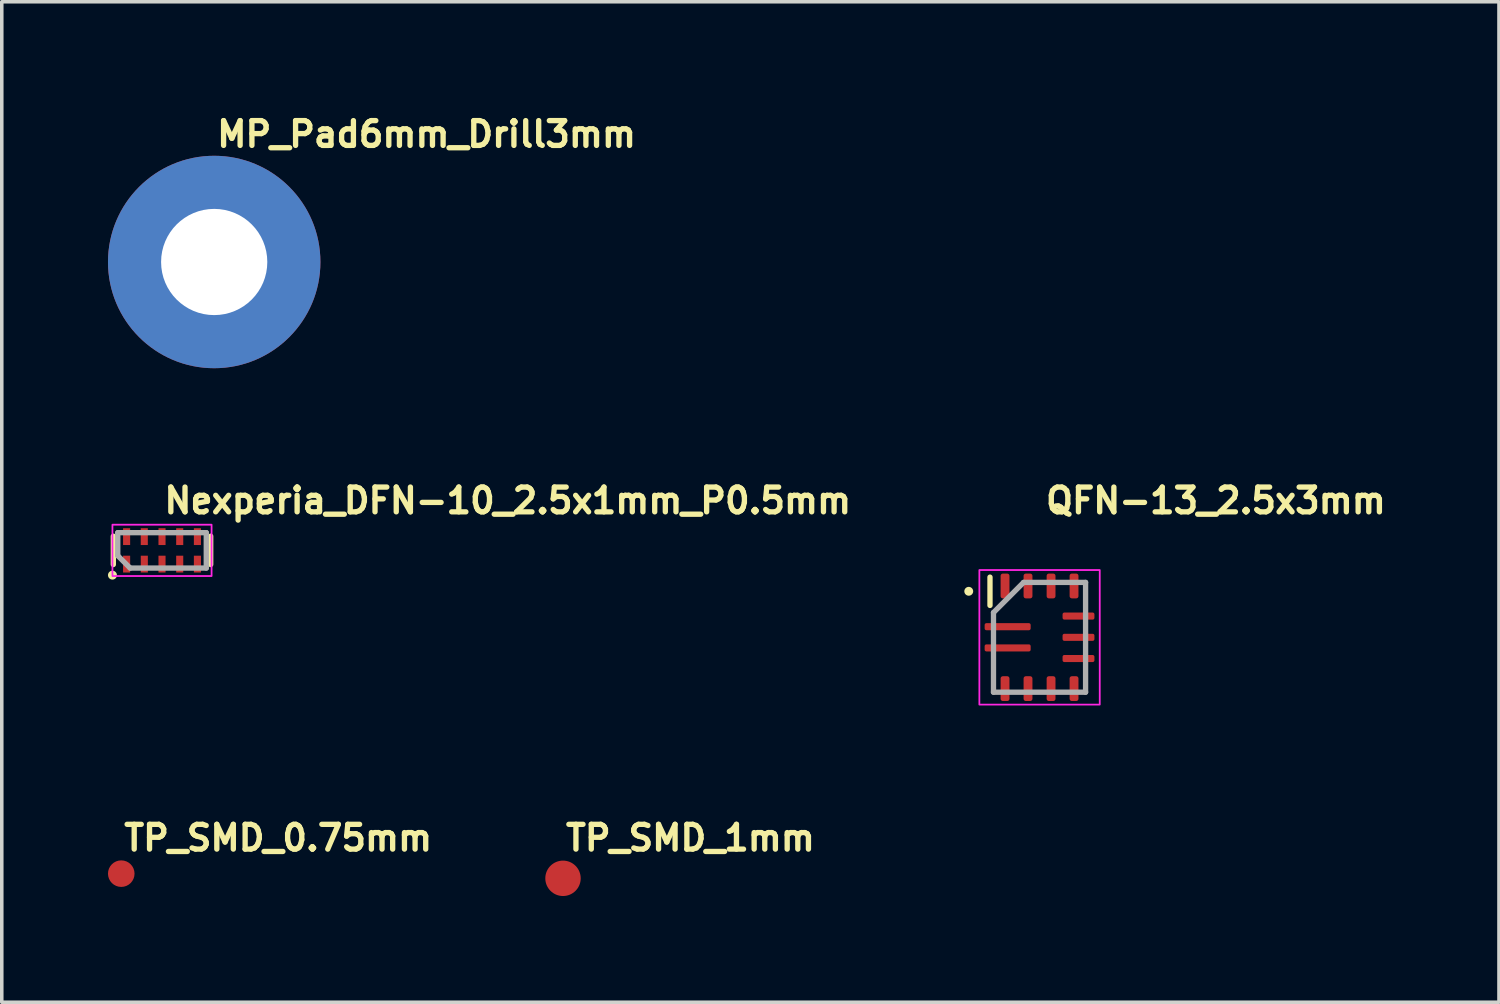
<source format=kicad_pcb>
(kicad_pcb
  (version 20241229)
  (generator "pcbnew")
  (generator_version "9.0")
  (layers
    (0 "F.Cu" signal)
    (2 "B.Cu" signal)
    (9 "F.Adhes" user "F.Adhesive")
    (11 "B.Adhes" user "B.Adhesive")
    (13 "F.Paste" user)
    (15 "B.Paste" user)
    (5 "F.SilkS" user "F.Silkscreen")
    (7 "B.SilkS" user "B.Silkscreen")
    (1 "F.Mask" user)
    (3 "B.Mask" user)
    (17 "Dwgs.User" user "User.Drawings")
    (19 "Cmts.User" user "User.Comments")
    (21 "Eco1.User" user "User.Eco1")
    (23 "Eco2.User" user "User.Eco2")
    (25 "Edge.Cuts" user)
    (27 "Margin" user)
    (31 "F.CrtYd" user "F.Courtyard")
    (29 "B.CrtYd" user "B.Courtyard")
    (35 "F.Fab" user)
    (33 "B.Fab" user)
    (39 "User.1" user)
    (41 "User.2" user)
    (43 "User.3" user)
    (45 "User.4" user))
  (footprint "MP_Pad6mm_Drill3mm"
    (layer "F.Cu")
    (at 3 4.35)
    (property "Reference" "MP_Pad6mm_Drill3mm" (at 0 -3.2 0) (layer "F.SilkS") (effects (font (size 0.7 0.7) (thickness 0.15)) (justify left bottom)))
    (attr exclude_from_pos_files exclude_from_bom)
    (pad "1" thru_hole circle (at 0 0) (size 6 6) (drill 3) (layers "*.Cu" "*.Mask")))
  (footprint "QFN-13_2.5x3mm"
    (layer "F.Cu")
    (at 26.312 14.951)
    (property "Reference" "QFN-13_2.5x3mm" (at 0.1 -3.451 0) (unlocked yes) (layer "F.SilkS") (effects (font (size 0.7 0.7) (thickness 0.15)) (justify left bottom)))
    (attr smd)
    (fp_line (start -1.4 -0.901) (end -1.4 -1.7) (stroke (width 0.15) (type solid)) (layer "F.SilkS"))
    (fp_circle (center -2 -1.3) (end -1.95 -1.3) (stroke (width 0.15) (type solid)) (fill yes) (layer "F.SilkS"))
    (fp_rect (start 1.7 1.9) (end -1.7 -1.9) (stroke (width 0.05) (type solid)) (fill no) (layer "F.CrtYd"))
    (fp_line (start -1.301 -0.7) (end -0.451 -1.551) (stroke (width 0.15) (type solid)) (layer "F.Fab"))
    (fp_line (start -1.301 1.55) (end -1.301 -0.7) (stroke (width 0.15) (type solid)) (layer "F.Fab"))
    (fp_line (start -0.451 -1.551) (end 1.3 -1.551) (stroke (width 0.15) (type solid)) (layer "F.Fab"))
    (fp_line (start 1.3 -1.551) (end 1.3 1.55) (stroke (width 0.15) (type solid)) (layer "F.Fab"))
    (fp_line (start 1.3 1.55) (end -1.301 1.55) (stroke (width 0.15) (type solid)) (layer "F.Fab"))
    (pad "1" smd roundrect (at -0.901 -0.3 180) (size 1.3 0.2) (layers "F.Cu" "F.Mask" "F.Paste") (roundrect_rratio 0.25))
    (pad "2" smd roundrect (at -0.901 0.299 180) (size 1.3 0.2) (layers "F.Cu" "F.Mask" "F.Paste") (roundrect_rratio 0.25))
    (pad "3" smd roundrect (at -0.975 1.449 90) (size 0.7 0.25) (layers "F.Cu" "F.Mask" "F.Paste") (roundrect_rratio 0.25))
    (pad "4" smd roundrect (at -0.326 1.449 90) (size 0.7 0.25) (layers "F.Cu" "F.Mask" "F.Paste") (roundrect_rratio 0.25))
    (pad "5" smd roundrect (at 0.325 1.449 90) (size 0.7 0.25) (layers "F.Cu" "F.Mask" "F.Paste") (roundrect_rratio 0.25))
    (pad "6" smd roundrect (at 0.974 1.449 90) (size 0.7 0.25) (layers "F.Cu" "F.Mask" "F.Paste") (roundrect_rratio 0.25))
    (pad "7" smd roundrect (at 1.1 0.599 180) (size 0.9 0.2) (layers "F.Cu" "F.Mask" "F.Paste") (roundrect_rratio 0.25))
    (pad "8" smd roundrect (at 1.1 0 180) (size 0.9 0.2) (layers "F.Cu" "F.Mask" "F.Paste") (roundrect_rratio 0.25))
    (pad "9" smd roundrect (at 1.1 -0.6 180) (size 0.9 0.2) (layers "F.Cu" "F.Mask" "F.Paste") (roundrect_rratio 0.25))
    (pad "10" smd roundrect (at 0.974 -1.45 90) (size 0.7 0.25) (layers "F.Cu" "F.Mask" "F.Paste") (roundrect_rratio 0.25))
    (pad "11" smd roundrect (at 0.325 -1.45 90) (size 0.7 0.25) (layers "F.Cu" "F.Mask" "F.Paste") (roundrect_rratio 0.25))
    (pad "12" smd roundrect (at -0.326 -1.45 90) (size 0.7 0.25) (layers "F.Cu" "F.Mask" "F.Paste") (roundrect_rratio 0.25))
    (pad "13" smd roundrect (at -0.975 -1.45 90) (size 0.7 0.25) (layers "F.Cu" "F.Mask" "F.Paste") (roundrect_rratio 0.25)))
  (footprint "Nexperia_DFN-10_2.5x1mm_P0.5mm"
    (layer "F.Cu")
    (at 1.526 12.495)
    (property "Reference" "Nexperia_DFN-10_2.5x1mm_P0.5mm" (at -0.016 -0.995 0) (layer "F.SilkS") (effects (font (size 0.7 0.7) (thickness 0.15)) (justify left bottom)))
    (attr smd)
    (fp_line (start -1.375 -0.4) (end -1.375 0.4) (stroke (width 0.15) (type solid)) (layer "F.SilkS"))
    (fp_line (start 1.375 0.4) (end 1.375 -0.4) (stroke (width 0.15) (type solid)) (layer "F.SilkS"))
    (fp_circle (center -1.4 0.7) (end -1.349 0.7) (stroke (width 0.15) (type solid)) (fill yes) (layer "F.SilkS"))
    (fp_rect (start -1.4 -0.725) (end 1.4 0.725) (stroke (width 0.05) (type solid)) (fill no) (layer "F.CrtYd"))
    (fp_line (start -1.25 -0.5) (end -1.25 0.15) (stroke (width 0.15) (type solid)) (layer "F.Fab"))
    (fp_line (start -1.25 0.15) (end -0.9 0.5) (stroke (width 0.15) (type solid)) (layer "F.Fab"))
    (fp_line (start -0.9 0.5) (end 1.25 0.5) (stroke (width 0.15) (type solid)) (layer "F.Fab"))
    (fp_line (start 1.25 -0.5) (end -1.25 -0.5) (stroke (width 0.15) (type solid)) (layer "F.Fab"))
    (fp_line (start 1.25 0.5) (end 1.25 -0.5) (stroke (width 0.15) (type solid)) (layer "F.Fab"))
    (fp_rect (start -1.25 -0.5) (end 1.25 0.5) (stroke (width 0.15) (type solid)) (fill no) (layer "User.5"))
    (fp_line (start -0.301 0.329) (end -0.132 -0.001) (stroke (width 0.02) (type solid)) (layer "User.9"))
    (fp_line (start -0.293 -0.346) (end -0.202 -0.346) (stroke (width 0.02) (type solid)) (layer "User.9"))
    (fp_line (start -0.202 0.344) (end -0.293 0.344) (stroke (width 0.02) (type solid)) (layer "User.9"))
    (fp_line (start -0.178 -0.33) (end -0.032 -0.046) (stroke (width 0.02) (type solid)) (layer "User.9"))
    (fp_line (start -0.132 -0.001) (end -0.301 -0.33) (stroke (width 0.02) (type solid)) (layer "User.9"))
    (fp_line (start -0.032 0.046) (end -0.178 0.329) (stroke (width 0.02) (type solid)) (layer "User.9"))
    (fp_line (start 0.032 -0.046) (end 0.178 -0.33) (stroke (width 0.02) (type solid)) (layer "User.9"))
    (fp_line (start 0.13 -0.001) (end 0.299 0.329) (stroke (width 0.02) (type solid)) (layer "User.9"))
    (fp_line (start 0.178 0.329) (end 0.032 0.046) (stroke (width 0.02) (type solid)) (layer "User.9"))
    (fp_line (start 0.201 -0.346) (end 0.291 -0.346) (stroke (width 0.02) (type solid)) (layer "User.9"))
    (fp_line (start 0.291 0.344) (end 0.201 0.344) (stroke (width 0.02) (type solid)) (layer "User.9"))
    (fp_line (start 0.299 -0.33) (end 0.13 -0.001) (stroke (width 0.02) (type solid)) (layer "User.9"))
    (fp_rect (start -1.25 -0.5) (end 1.25 0.5) (stroke (width 0.02) (type solid)) (fill no) (layer "User.9"))
    (fp_arc (start -0.30111 -0.33) (mid -0.302195 -0.340543) (end -0.29311 -0.346) (stroke (width 0.02) (type solid)) (layer "User.9"))
    (fp_arc (start -0.29311 0.344) (mid -0.30006 0.339196) (end -0.30211 0.331) (stroke (width 0.02) (type solid)) (layer "User.9"))
    (fp_arc (start -0.20211 -0.346) (mid -0.188064 -0.341069) (end -0.17811 -0.33) (stroke (width 0.02) (type solid)) (layer "User.9"))
    (fp_arc (start -0.179156 0.330931) (mid -0.188716 0.340833) (end -0.20211 0.344) (stroke (width 0.02) (type solid)) (layer "User.9"))
    (fp_arc (start -0.03211 -0.046) (mid -0.020714 0) (end -0.03211 0.046) (stroke (width 0.02) (type solid)) (layer "User.9"))
    (fp_arc (start 0.03189 0.046) (mid 0.021 0) (end 0.03189 -0.046) (stroke (width 0.02) (type solid)) (layer "User.9"))
    (fp_arc (start 0.17789 -0.33) (mid 0.187429 -0.340819) (end 0.20089 -0.346) (stroke (width 0.02) (type solid)) (layer "User.9"))
    (fp_arc (start 0.20089 0.344) (mid 0.1877 0.339098) (end 0.17789 0.329) (stroke (width 0.02) (type solid)) (layer "User.9"))
    (fp_arc (start 0.29089 -0.346) (mid 0.29859 -0.33985) (end 0.29889 -0.33) (stroke (width 0.02) (type solid)) (layer "User.9"))
    (fp_arc (start 0.29889 0.329) (mid 0.298292 0.338321) (end 0.29089 0.344) (stroke (width 0.02) (type solid)) (layer "User.9"))
    (fp_circle (center 0.419 0.314) (end 0.47 0.314) (stroke (width 0.02) (type solid)) (fill no) (layer "User.9"))
    (pad "1" smd rect (at -1 0.388) (size 0.2 0.475) (layers "F.Cu" "F.Mask" "F.Paste"))
    (pad "2" smd rect (at -0.5 0.388) (size 0.2 0.475) (layers "F.Cu" "F.Mask" "F.Paste"))
    (pad "3" smd rect (at 0 0.388) (size 0.2 0.475) (layers "F.Cu" "F.Mask" "F.Paste"))
    (pad "4" smd rect (at 0.5 0.388) (size 0.2 0.475) (layers "F.Cu" "F.Mask" "F.Paste"))
    (pad "5" smd rect (at 1 0.388) (size 0.2 0.475) (layers "F.Cu" "F.Mask" "F.Paste"))
    (pad "6" smd rect (at 1 -0.388) (size 0.2 0.475) (layers "F.Cu" "F.Mask" "F.Paste"))
    (pad "7" smd rect (at 0.5 -0.388) (size 0.2 0.475) (layers "F.Cu" "F.Mask" "F.Paste"))
    (pad "8" smd rect (at 0 -0.388) (size 0.2 0.475) (layers "F.Cu" "F.Mask" "F.Paste"))
    (pad "9" smd rect (at -0.501 -0.388) (size 0.2 0.475) (layers "F.Cu" "F.Mask" "F.Paste"))
    (pad "10" smd rect (at -1 -0.388) (size 0.2 0.475) (layers "F.Cu" "F.Mask" "F.Paste")))
  (footprint "TP_SMD_1mm"
    (layer "F.Cu")
    (at 12.852 21.758)
    (property "Reference" "TP_SMD_1mm" (at 0 -0.732 0) (layer "F.SilkS") (effects (font (size 0.7 0.7) (thickness 0.15)) (justify left bottom)))
    (attr exclude_from_pos_files exclude_from_bom)
    (pad "1" smd circle (at 0 0) (size 1 1) (layers "F.Cu" "F.Mask")))
  (footprint "TP_SMD_0.75mm"
    (layer "F.Cu")
    (at 0.375 21.626)
    (property "Reference" "TP_SMD_0.75mm" (at 0 -0.6 0) (layer "F.SilkS") (effects (font (size 0.7 0.7) (thickness 0.15)) (justify left bottom)))
    (attr exclude_from_pos_files exclude_from_bom)
    (pad "1" smd circle (at 0 0) (size 0.75 0.75) (layers "F.Cu" "F.Mask")))
  (gr_rect
    (start -3 -3)
    (end 39.288 25.258)
    (stroke (width 0.1) (type default))
    (fill no)
    (layer "Edge.Cuts")))
</source>
